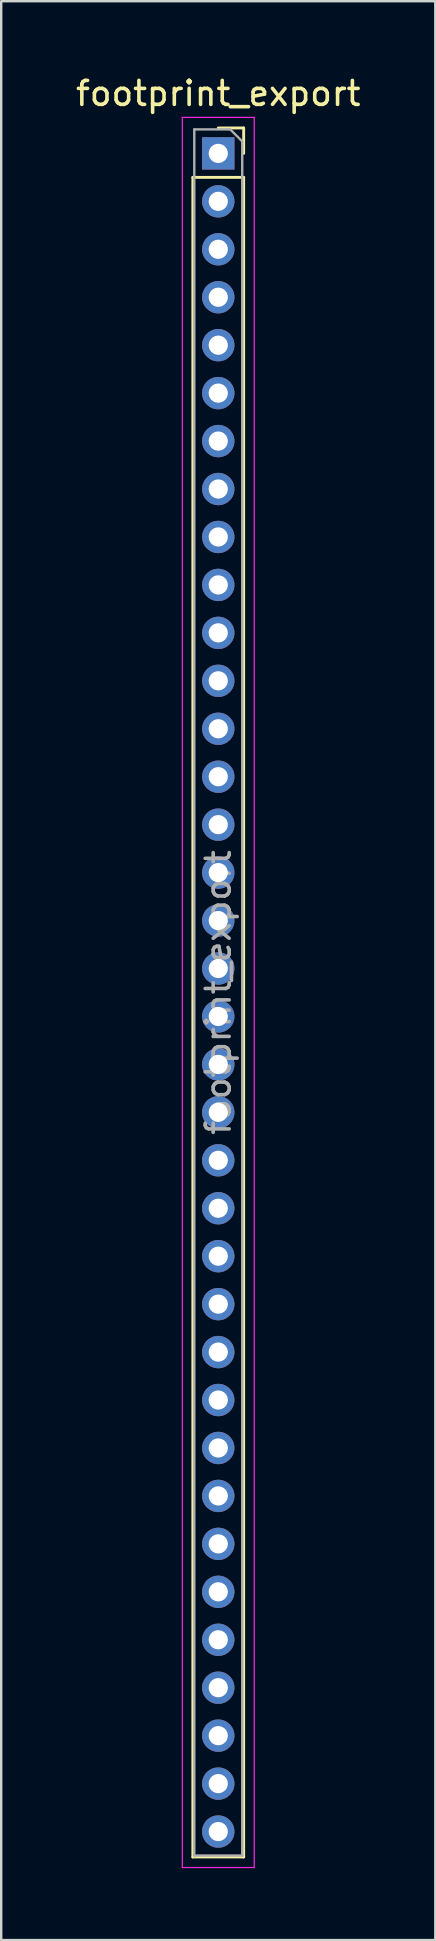
<source format=kicad_pcb>
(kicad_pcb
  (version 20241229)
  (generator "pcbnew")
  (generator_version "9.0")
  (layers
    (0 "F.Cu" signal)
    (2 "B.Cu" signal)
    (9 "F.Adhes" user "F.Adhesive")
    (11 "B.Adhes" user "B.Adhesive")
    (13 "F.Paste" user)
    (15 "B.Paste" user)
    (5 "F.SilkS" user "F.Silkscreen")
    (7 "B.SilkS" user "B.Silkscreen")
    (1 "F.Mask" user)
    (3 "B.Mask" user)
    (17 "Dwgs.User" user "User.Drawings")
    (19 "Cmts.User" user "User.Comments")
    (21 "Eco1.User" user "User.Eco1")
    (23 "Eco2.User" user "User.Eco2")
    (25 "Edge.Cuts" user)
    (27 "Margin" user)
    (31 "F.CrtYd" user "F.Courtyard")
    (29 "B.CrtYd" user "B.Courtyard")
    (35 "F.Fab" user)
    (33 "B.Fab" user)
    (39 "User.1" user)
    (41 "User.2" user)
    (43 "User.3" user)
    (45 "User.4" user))
  (footprint "footprint_export"
    (layer "F.Cu")
    (at 6.054 3.348)
    (property "Reference" "footprint_export" (at 0 -2.5 0) (layer "F.SilkS") (effects (font (size 1 1) (thickness 0.15))))
    (attr through_hole)
    (fp_line (start -1.06 1) (end -1.06 71.06) (stroke (width 0.12) (type solid)) (layer "F.SilkS"))
    (fp_line (start -1.06 1) (end 1.06 1) (stroke (width 0.12) (type solid)) (layer "F.SilkS"))
    (fp_line (start -1.06 71.06) (end 1.06 71.06) (stroke (width 0.12) (type solid)) (layer "F.SilkS"))
    (fp_line (start 0 -1.06) (end 1.06 -1.06) (stroke (width 0.12) (type solid)) (layer "F.SilkS"))
    (fp_line (start 1.06 -1.06) (end 1.06 0) (stroke (width 0.12) (type solid)) (layer "F.SilkS"))
    (fp_line (start 1.06 1) (end 1.06 71.06) (stroke (width 0.12) (type solid)) (layer "F.SilkS"))
    (fp_line (start -1.5 -1.5) (end 1.5 -1.5) (stroke (width 0.05) (type solid)) (layer "F.CrtYd"))
    (fp_line (start -1.5 71.5) (end -1.5 -1.5) (stroke (width 0.05) (type solid)) (layer "F.CrtYd"))
    (fp_line (start 1.5 -1.5) (end 1.5 71.5) (stroke (width 0.05) (type solid)) (layer "F.CrtYd"))
    (fp_line (start 1.5 71.5) (end -1.5 71.5) (stroke (width 0.05) (type solid)) (layer "F.CrtYd"))
    (fp_line (start -1 -1) (end 0.5 -1) (stroke (width 0.1) (type solid)) (layer "F.Fab"))
    (fp_line (start -1 71) (end -1 -1) (stroke (width 0.1) (type solid)) (layer "F.Fab"))
    (fp_line (start 0.5 -1) (end 1 -0.5) (stroke (width 0.1) (type solid)) (layer "F.Fab"))
    (fp_line (start 1 -0.5) (end 1 71) (stroke (width 0.1) (type solid)) (layer "F.Fab"))
    (fp_line (start 1 71) (end -1 71) (stroke (width 0.1) (type solid)) (layer "F.Fab"))
    (fp_text user "${REFERENCE}" (at 0 35 90) (layer "F.Fab") (effects (font (size 1 1) (thickness 0.15))))
    (pad "1" thru_hole rect (at 0 0) (size 1.35 1.35) (drill 0.8) (layers "*.Cu" "*.Mask"))
    (pad "2" thru_hole oval (at 0 2) (size 1.35 1.35) (drill 0.8) (layers "*.Cu" "*.Mask"))
    (pad "3" thru_hole oval (at 0 4) (size 1.35 1.35) (drill 0.8) (layers "*.Cu" "*.Mask"))
    (pad "4" thru_hole oval (at 0 6) (size 1.35 1.35) (drill 0.8) (layers "*.Cu" "*.Mask"))
    (pad "5" thru_hole oval (at 0 8) (size 1.35 1.35) (drill 0.8) (layers "*.Cu" "*.Mask"))
    (pad "6" thru_hole oval (at 0 10) (size 1.35 1.35) (drill 0.8) (layers "*.Cu" "*.Mask"))
    (pad "7" thru_hole oval (at 0 12) (size 1.35 1.35) (drill 0.8) (layers "*.Cu" "*.Mask"))
    (pad "8" thru_hole oval (at 0 14) (size 1.35 1.35) (drill 0.8) (layers "*.Cu" "*.Mask"))
    (pad "9" thru_hole oval (at 0 16) (size 1.35 1.35) (drill 0.8) (layers "*.Cu" "*.Mask"))
    (pad "10" thru_hole oval (at 0 18) (size 1.35 1.35) (drill 0.8) (layers "*.Cu" "*.Mask"))
    (pad "11" thru_hole oval (at 0 20) (size 1.35 1.35) (drill 0.8) (layers "*.Cu" "*.Mask"))
    (pad "12" thru_hole oval (at 0 22) (size 1.35 1.35) (drill 0.8) (layers "*.Cu" "*.Mask"))
    (pad "13" thru_hole oval (at 0 24) (size 1.35 1.35) (drill 0.8) (layers "*.Cu" "*.Mask"))
    (pad "14" thru_hole oval (at 0 26) (size 1.35 1.35) (drill 0.8) (layers "*.Cu" "*.Mask"))
    (pad "15" thru_hole oval (at 0 28) (size 1.35 1.35) (drill 0.8) (layers "*.Cu" "*.Mask"))
    (pad "16" thru_hole oval (at 0 30) (size 1.35 1.35) (drill 0.8) (layers "*.Cu" "*.Mask"))
    (pad "17" thru_hole oval (at 0 32) (size 1.35 1.35) (drill 0.8) (layers "*.Cu" "*.Mask"))
    (pad "18" thru_hole oval (at 0 34) (size 1.35 1.35) (drill 0.8) (layers "*.Cu" "*.Mask"))
    (pad "19" thru_hole oval (at 0 36) (size 1.35 1.35) (drill 0.8) (layers "*.Cu" "*.Mask"))
    (pad "20" thru_hole oval (at 0 38) (size 1.35 1.35) (drill 0.8) (layers "*.Cu" "*.Mask"))
    (pad "21" thru_hole oval (at 0 40) (size 1.35 1.35) (drill 0.8) (layers "*.Cu" "*.Mask"))
    (pad "22" thru_hole oval (at 0 42) (size 1.35 1.35) (drill 0.8) (layers "*.Cu" "*.Mask"))
    (pad "23" thru_hole oval (at 0 44) (size 1.35 1.35) (drill 0.8) (layers "*.Cu" "*.Mask"))
    (pad "24" thru_hole oval (at 0 46) (size 1.35 1.35) (drill 0.8) (layers "*.Cu" "*.Mask"))
    (pad "25" thru_hole oval (at 0 48) (size 1.35 1.35) (drill 0.8) (layers "*.Cu" "*.Mask"))
    (pad "26" thru_hole oval (at 0 50) (size 1.35 1.35) (drill 0.8) (layers "*.Cu" "*.Mask"))
    (pad "27" thru_hole oval (at 0 52) (size 1.35 1.35) (drill 0.8) (layers "*.Cu" "*.Mask"))
    (pad "28" thru_hole oval (at 0 54) (size 1.35 1.35) (drill 0.8) (layers "*.Cu" "*.Mask"))
    (pad "29" thru_hole oval (at 0 56) (size 1.35 1.35) (drill 0.8) (layers "*.Cu" "*.Mask"))
    (pad "30" thru_hole oval (at 0 58) (size 1.35 1.35) (drill 0.8) (layers "*.Cu" "*.Mask"))
    (pad "31" thru_hole oval (at 0 60) (size 1.35 1.35) (drill 0.8) (layers "*.Cu" "*.Mask"))
    (pad "32" thru_hole oval (at 0 62) (size 1.35 1.35) (drill 0.8) (layers "*.Cu" "*.Mask"))
    (pad "33" thru_hole oval (at 0 64) (size 1.35 1.35) (drill 0.8) (layers "*.Cu" "*.Mask"))
    (pad "34" thru_hole oval (at 0 66) (size 1.35 1.35) (drill 0.8) (layers "*.Cu" "*.Mask"))
    (pad "35" thru_hole oval (at 0 68) (size 1.35 1.35) (drill 0.8) (layers "*.Cu" "*.Mask"))
    (pad "36" thru_hole oval (at 0 70) (size 1.35 1.35) (drill 0.8) (layers "*.Cu" "*.Mask")))
  (gr_rect
    (start -3 -3)
    (end 15.107 77.873)
    (stroke (width 0.1) (type default))
    (fill no)
    (layer "Edge.Cuts")))
</source>
